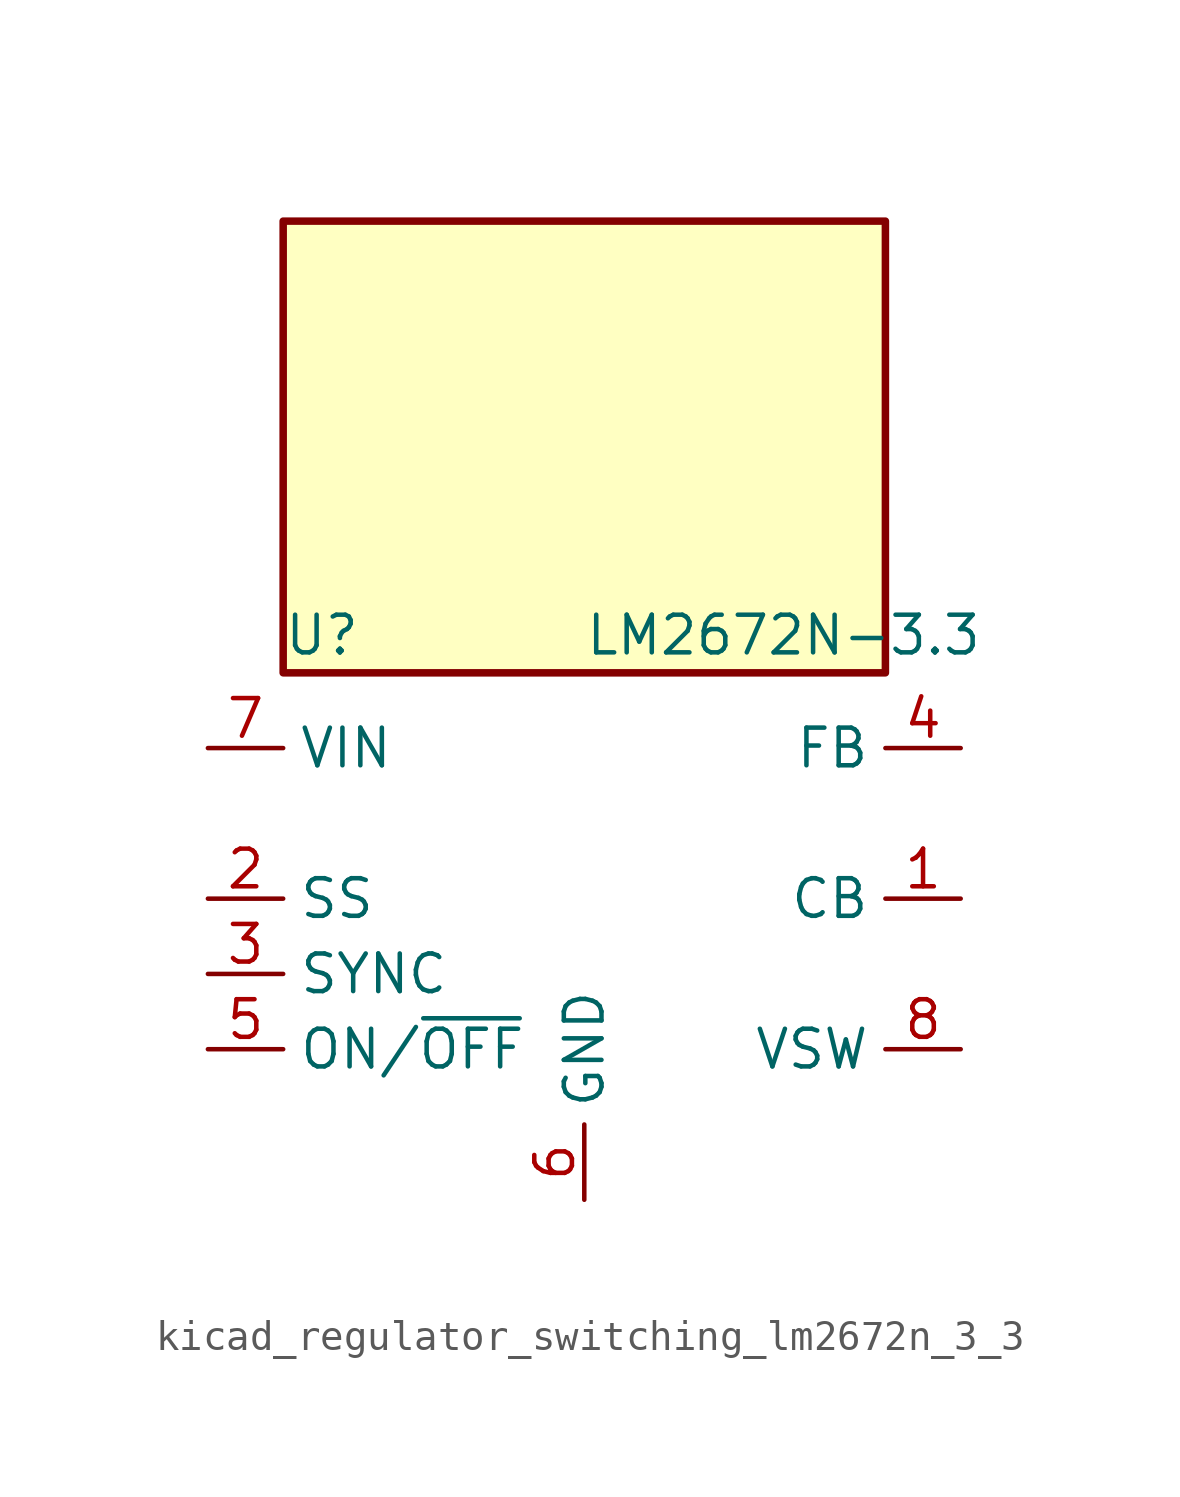
<source format=kicad_sym>
(kicad_symbol_lib
  (version 20220914)
  (generator kicad_symbol_editor)
  (symbol "kicad_regulator_switching_lm2672n_3_3"
    (property "Reference" "U"
      (at -10.16 8.89 0)
      (effects (font (size 1.27 1.27)) (justify left)))
    (property "Value" "LM2672N-3.3"
      (at 0 8.89 0)
      (effects (font (size 1.27 1.27)) (justify left)))
    (symbol "kicad_regulator_switching_lm2672n_3_3_0_1"
      (rectangle (start 10.16 22.86) (end -10.16 7.62) (stroke (width 0.254) (type default)) (fill (type background))))
    (symbol "kicad_regulator_switching_lm2672n_3_3_1_1"
      (pin input line (at 12.7 0 180) (length 2.54) (name "CB" (effects (font (size 1.27 1.27)))) (number "1" (effects (font (size 1.27 1.27)))))
      (pin input line (at -12.7 0 0) (length 2.54) (name "SS" (effects (font (size 1.27 1.27)))) (number "2" (effects (font (size 1.27 1.27)))))
      (pin input line (at -12.7 -2.54 0) (length 2.54) (name "SYNC" (effects (font (size 1.27 1.27)))) (number "3" (effects (font (size 1.27 1.27)))))
      (pin input line (at 12.7 5.08 180) (length 2.54) (name "FB" (effects (font (size 1.27 1.27)))) (number "4" (effects (font (size 1.27 1.27)))))
      (pin input line (at -12.7 -5.08 0) (length 2.54) (name "ON/~{OFF}" (effects (font (size 1.27 1.27)))) (number "5" (effects (font (size 1.27 1.27)))))
      (pin power_in line (at 0 -10.16 90) (length 2.54) (name "GND" (effects (font (size 1.27 1.27)))) (number "6" (effects (font (size 1.27 1.27)))))
      (pin power_in line (at -12.7 5.08 0) (length 2.54) (name "VIN" (effects (font (size 1.27 1.27)))) (number "7" (effects (font (size 1.27 1.27)))))
      (pin output line (at 12.7 -5.08 180) (length 2.54) (name "VSW" (effects (font (size 1.27 1.27)))) (number "8" (effects (font (size 1.27 1.27))))))))
</source>
